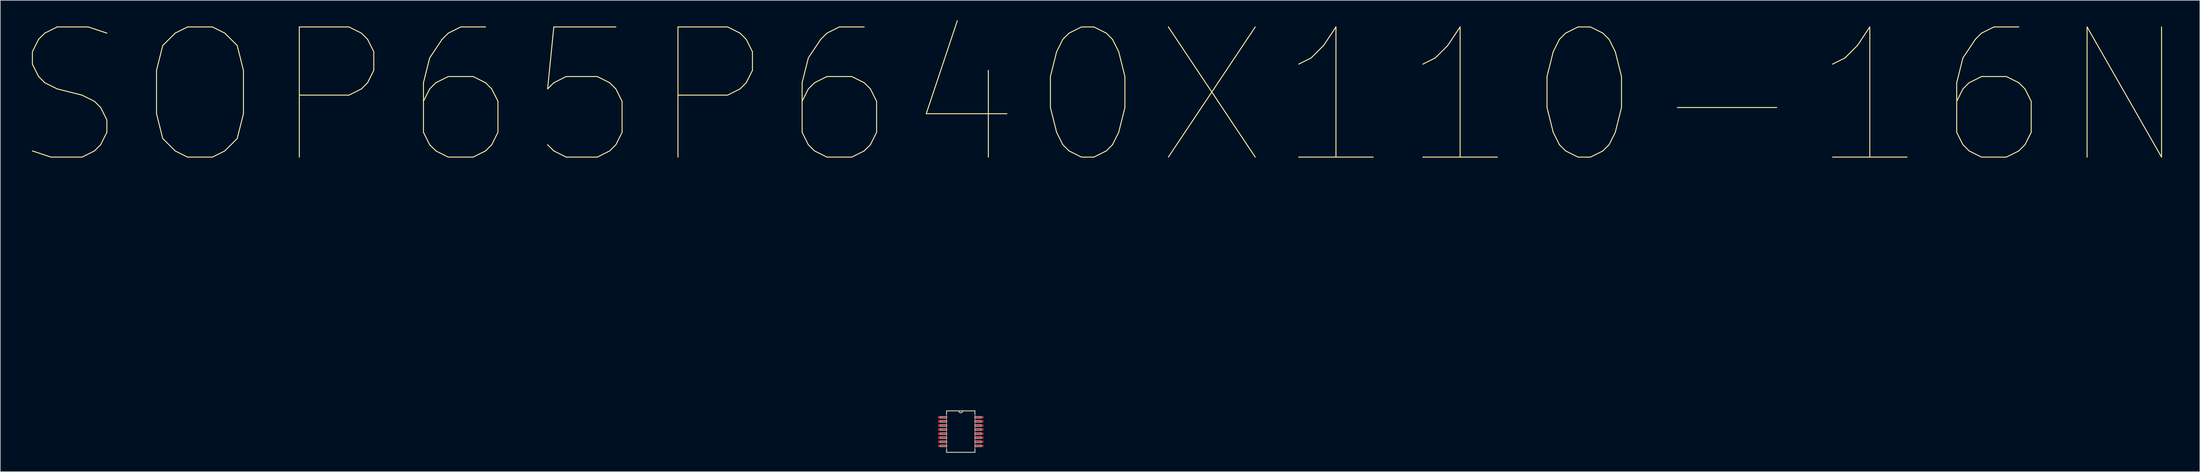
<source format=kicad_pcb>
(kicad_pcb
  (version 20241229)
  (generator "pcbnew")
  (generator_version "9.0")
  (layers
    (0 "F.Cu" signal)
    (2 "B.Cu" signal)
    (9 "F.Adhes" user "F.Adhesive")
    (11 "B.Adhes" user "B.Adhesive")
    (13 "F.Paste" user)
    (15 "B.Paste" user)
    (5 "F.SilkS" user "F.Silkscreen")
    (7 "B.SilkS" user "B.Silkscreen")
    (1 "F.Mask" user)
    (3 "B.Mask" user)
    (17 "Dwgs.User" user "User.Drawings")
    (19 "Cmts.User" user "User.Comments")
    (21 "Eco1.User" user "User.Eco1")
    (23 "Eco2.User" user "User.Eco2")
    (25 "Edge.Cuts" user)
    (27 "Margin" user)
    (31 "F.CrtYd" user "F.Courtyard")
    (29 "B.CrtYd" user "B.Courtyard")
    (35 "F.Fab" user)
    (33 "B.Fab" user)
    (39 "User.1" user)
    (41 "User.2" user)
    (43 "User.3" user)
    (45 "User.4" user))
  (footprint "SOP65P640X110-16N"
    (layer "F.Cu")
    (at 149.902 65.755)
    (property "Reference" "SOP65P640X110-16N" (at 22.18 -53.351 0) (layer "F.SilkS") (effects (font (size 20.753 20.753) (thickness 0.15))))
    (attr smd)
    (fp_line (start -2.261 -3.302) (end -2.261 -2.794) (stroke (width 0.152) (type solid)) (layer "F.SilkS"))
    (fp_line (start -2.261 2.794) (end -2.261 3.302) (stroke (width 0.152) (type solid)) (layer "F.SilkS"))
    (fp_line (start -2.261 3.302) (end 2.261 3.302) (stroke (width 0.152) (type solid)) (layer "F.SilkS"))
    (fp_line (start -0.305 -3.302) (end -2.261 -3.302) (stroke (width 0.152) (type solid)) (layer "F.SilkS"))
    (fp_line (start 0.305 -3.302) (end -0.305 -3.302) (stroke (width 0.152) (type solid)) (layer "F.SilkS"))
    (fp_line (start 2.261 -3.302) (end 0.305 -3.302) (stroke (width 0.152) (type solid)) (layer "F.SilkS"))
    (fp_line (start 2.261 -2.794) (end 2.261 -3.302) (stroke (width 0.152) (type solid)) (layer "F.SilkS"))
    (fp_line (start 2.261 3.302) (end 2.261 2.794) (stroke (width 0.152) (type solid)) (layer "F.SilkS"))
    (fp_arc (start 0.3048 -3.302) (mid 0 -2.9972) (end -0.3048 -3.302) (stroke (width 0.1524) (type solid)) (layer "F.SilkS"))
    (fp_line (start -3.251 -2.413) (end -3.251 -2.134) (stroke (width 0.1) (type solid)) (layer "F.Fab"))
    (fp_line (start -3.251 -2.134) (end -2.261 -2.134) (stroke (width 0.1) (type solid)) (layer "F.Fab"))
    (fp_line (start -3.251 -1.778) (end -3.251 -1.473) (stroke (width 0.1) (type solid)) (layer "F.Fab"))
    (fp_line (start -3.251 -1.473) (end -2.261 -1.473) (stroke (width 0.1) (type solid)) (layer "F.Fab"))
    (fp_line (start -3.251 -1.118) (end -3.251 -0.813) (stroke (width 0.1) (type solid)) (layer "F.Fab"))
    (fp_line (start -3.251 -0.813) (end -2.261 -0.813) (stroke (width 0.1) (type solid)) (layer "F.Fab"))
    (fp_line (start -3.251 -0.483) (end -3.251 -0.178) (stroke (width 0.1) (type solid)) (layer "F.Fab"))
    (fp_line (start -3.251 -0.178) (end -2.261 -0.178) (stroke (width 0.1) (type solid)) (layer "F.Fab"))
    (fp_line (start -3.251 0.178) (end -3.251 0.483) (stroke (width 0.1) (type solid)) (layer "F.Fab"))
    (fp_line (start -3.251 0.483) (end -2.261 0.483) (stroke (width 0.1) (type solid)) (layer "F.Fab"))
    (fp_line (start -3.251 0.813) (end -3.251 1.118) (stroke (width 0.1) (type solid)) (layer "F.Fab"))
    (fp_line (start -3.251 1.118) (end -2.261 1.118) (stroke (width 0.1) (type solid)) (layer "F.Fab"))
    (fp_line (start -3.251 1.473) (end -3.251 1.778) (stroke (width 0.1) (type solid)) (layer "F.Fab"))
    (fp_line (start -3.251 1.778) (end -2.261 1.778) (stroke (width 0.1) (type solid)) (layer "F.Fab"))
    (fp_line (start -3.251 2.134) (end -3.251 2.413) (stroke (width 0.1) (type solid)) (layer "F.Fab"))
    (fp_line (start -3.251 2.413) (end -2.261 2.413) (stroke (width 0.1) (type solid)) (layer "F.Fab"))
    (fp_line (start -2.261 -3.302) (end -2.261 3.302) (stroke (width 0.1) (type solid)) (layer "F.Fab"))
    (fp_line (start -2.261 -2.413) (end -3.251 -2.413) (stroke (width 0.1) (type solid)) (layer "F.Fab"))
    (fp_line (start -2.261 -2.134) (end -2.261 -2.413) (stroke (width 0.1) (type solid)) (layer "F.Fab"))
    (fp_line (start -2.261 -1.778) (end -3.251 -1.778) (stroke (width 0.1) (type solid)) (layer "F.Fab"))
    (fp_line (start -2.261 -1.473) (end -2.261 -1.778) (stroke (width 0.1) (type solid)) (layer "F.Fab"))
    (fp_line (start -2.261 -1.118) (end -3.251 -1.118) (stroke (width 0.1) (type solid)) (layer "F.Fab"))
    (fp_line (start -2.261 -0.813) (end -2.261 -1.118) (stroke (width 0.1) (type solid)) (layer "F.Fab"))
    (fp_line (start -2.261 -0.483) (end -3.251 -0.483) (stroke (width 0.1) (type solid)) (layer "F.Fab"))
    (fp_line (start -2.261 -0.178) (end -2.261 -0.483) (stroke (width 0.1) (type solid)) (layer "F.Fab"))
    (fp_line (start -2.261 0.178) (end -3.251 0.178) (stroke (width 0.1) (type solid)) (layer "F.Fab"))
    (fp_line (start -2.261 0.483) (end -2.261 0.178) (stroke (width 0.1) (type solid)) (layer "F.Fab"))
    (fp_line (start -2.261 0.813) (end -3.251 0.813) (stroke (width 0.1) (type solid)) (layer "F.Fab"))
    (fp_line (start -2.261 1.118) (end -2.261 0.813) (stroke (width 0.1) (type solid)) (layer "F.Fab"))
    (fp_line (start -2.261 1.473) (end -3.251 1.473) (stroke (width 0.1) (type solid)) (layer "F.Fab"))
    (fp_line (start -2.261 1.778) (end -2.261 1.473) (stroke (width 0.1) (type solid)) (layer "F.Fab"))
    (fp_line (start -2.261 2.134) (end -3.251 2.134) (stroke (width 0.1) (type solid)) (layer "F.Fab"))
    (fp_line (start -2.261 2.413) (end -2.261 2.134) (stroke (width 0.1) (type solid)) (layer "F.Fab"))
    (fp_line (start -2.261 3.302) (end 2.261 3.302) (stroke (width 0.1) (type solid)) (layer "F.Fab"))
    (fp_line (start -0.305 -3.302) (end -2.261 -3.302) (stroke (width 0.1) (type solid)) (layer "F.Fab"))
    (fp_line (start 0.305 -3.302) (end -0.305 -3.302) (stroke (width 0.1) (type solid)) (layer "F.Fab"))
    (fp_line (start 2.261 -3.302) (end 0.305 -3.302) (stroke (width 0.1) (type solid)) (layer "F.Fab"))
    (fp_line (start 2.261 -2.413) (end 2.261 -2.134) (stroke (width 0.1) (type solid)) (layer "F.Fab"))
    (fp_line (start 2.261 -2.134) (end 3.251 -2.134) (stroke (width 0.1) (type solid)) (layer "F.Fab"))
    (fp_line (start 2.261 -1.778) (end 2.261 -1.473) (stroke (width 0.1) (type solid)) (layer "F.Fab"))
    (fp_line (start 2.261 -1.473) (end 3.251 -1.473) (stroke (width 0.1) (type solid)) (layer "F.Fab"))
    (fp_line (start 2.261 -1.118) (end 2.261 -0.813) (stroke (width 0.1) (type solid)) (layer "F.Fab"))
    (fp_line (start 2.261 -0.813) (end 3.251 -0.813) (stroke (width 0.1) (type solid)) (layer "F.Fab"))
    (fp_line (start 2.261 -0.483) (end 2.261 -0.178) (stroke (width 0.1) (type solid)) (layer "F.Fab"))
    (fp_line (start 2.261 -0.178) (end 3.251 -0.178) (stroke (width 0.1) (type solid)) (layer "F.Fab"))
    (fp_line (start 2.261 0.178) (end 2.261 0.483) (stroke (width 0.1) (type solid)) (layer "F.Fab"))
    (fp_line (start 2.261 0.483) (end 3.251 0.483) (stroke (width 0.1) (type solid)) (layer "F.Fab"))
    (fp_line (start 2.261 0.813) (end 2.261 1.118) (stroke (width 0.1) (type solid)) (layer "F.Fab"))
    (fp_line (start 2.261 1.118) (end 3.251 1.118) (stroke (width 0.1) (type solid)) (layer "F.Fab"))
    (fp_line (start 2.261 1.473) (end 2.261 1.778) (stroke (width 0.1) (type solid)) (layer "F.Fab"))
    (fp_line (start 2.261 1.778) (end 3.251 1.778) (stroke (width 0.1) (type solid)) (layer "F.Fab"))
    (fp_line (start 2.261 2.134) (end 2.261 2.413) (stroke (width 0.1) (type solid)) (layer "F.Fab"))
    (fp_line (start 2.261 2.413) (end 3.251 2.413) (stroke (width 0.1) (type solid)) (layer "F.Fab"))
    (fp_line (start 2.261 3.302) (end 2.261 -3.302) (stroke (width 0.1) (type solid)) (layer "F.Fab"))
    (fp_line (start 3.251 -2.413) (end 2.261 -2.413) (stroke (width 0.1) (type solid)) (layer "F.Fab"))
    (fp_line (start 3.251 -2.134) (end 3.251 -2.413) (stroke (width 0.1) (type solid)) (layer "F.Fab"))
    (fp_line (start 3.251 -1.778) (end 2.261 -1.778) (stroke (width 0.1) (type solid)) (layer "F.Fab"))
    (fp_line (start 3.251 -1.473) (end 3.251 -1.778) (stroke (width 0.1) (type solid)) (layer "F.Fab"))
    (fp_line (start 3.251 -1.118) (end 2.261 -1.118) (stroke (width 0.1) (type solid)) (layer "F.Fab"))
    (fp_line (start 3.251 -0.813) (end 3.251 -1.118) (stroke (width 0.1) (type solid)) (layer "F.Fab"))
    (fp_line (start 3.251 -0.483) (end 2.261 -0.483) (stroke (width 0.1) (type solid)) (layer "F.Fab"))
    (fp_line (start 3.251 -0.178) (end 3.251 -0.483) (stroke (width 0.1) (type solid)) (layer "F.Fab"))
    (fp_line (start 3.251 0.178) (end 2.261 0.178) (stroke (width 0.1) (type solid)) (layer "F.Fab"))
    (fp_line (start 3.251 0.483) (end 3.251 0.178) (stroke (width 0.1) (type solid)) (layer "F.Fab"))
    (fp_line (start 3.251 0.813) (end 2.261 0.813) (stroke (width 0.1) (type solid)) (layer "F.Fab"))
    (fp_line (start 3.251 1.118) (end 3.251 0.813) (stroke (width 0.1) (type solid)) (layer "F.Fab"))
    (fp_line (start 3.251 1.473) (end 2.261 1.473) (stroke (width 0.1) (type solid)) (layer "F.Fab"))
    (fp_line (start 3.251 1.778) (end 3.251 1.473) (stroke (width 0.1) (type solid)) (layer "F.Fab"))
    (fp_line (start 3.251 2.134) (end 2.261 2.134) (stroke (width 0.1) (type solid)) (layer "F.Fab"))
    (fp_line (start 3.251 2.413) (end 3.251 2.134) (stroke (width 0.1) (type solid)) (layer "F.Fab"))
    (fp_arc (start 0.3048 -3.302) (mid 0 -2.9972) (end -0.3048 -3.302) (stroke (width 0.1) (type solid)) (layer "F.Fab"))
    (pad "1" smd rect (at -2.87 -2.286) (size 1.473 0.356) (layers "F.Cu" "F.Mask" "F.Paste"))
    (pad "2" smd rect (at -2.87 -1.626) (size 1.473 0.356) (layers "F.Cu" "F.Mask" "F.Paste"))
    (pad "3" smd rect (at -2.87 -0.965) (size 1.473 0.356) (layers "F.Cu" "F.Mask" "F.Paste"))
    (pad "4" smd rect (at -2.87 -0.33) (size 1.473 0.356) (layers "F.Cu" "F.Mask" "F.Paste"))
    (pad "5" smd rect (at -2.87 0.33) (size 1.473 0.356) (layers "F.Cu" "F.Mask" "F.Paste"))
    (pad "6" smd rect (at -2.87 0.965) (size 1.473 0.356) (layers "F.Cu" "F.Mask" "F.Paste"))
    (pad "7" smd rect (at -2.87 1.626) (size 1.473 0.356) (layers "F.Cu" "F.Mask" "F.Paste"))
    (pad "8" smd rect (at -2.87 2.286) (size 1.473 0.356) (layers "F.Cu" "F.Mask" "F.Paste"))
    (pad "9" smd rect (at 2.87 2.286) (size 1.473 0.356) (layers "F.Cu" "F.Mask" "F.Paste"))
    (pad "10" smd rect (at 2.87 1.626) (size 1.473 0.356) (layers "F.Cu" "F.Mask" "F.Paste"))
    (pad "11" smd rect (at 2.87 0.965) (size 1.473 0.356) (layers "F.Cu" "F.Mask" "F.Paste"))
    (pad "12" smd rect (at 2.87 0.33) (size 1.473 0.356) (layers "F.Cu" "F.Mask" "F.Paste"))
    (pad "13" smd rect (at 2.87 -0.33) (size 1.473 0.356) (layers "F.Cu" "F.Mask" "F.Paste"))
    (pad "14" smd rect (at 2.87 -0.965) (size 1.473 0.356) (layers "F.Cu" "F.Mask" "F.Paste"))
    (pad "15" smd rect (at 2.87 -1.626) (size 1.473 0.356) (layers "F.Cu" "F.Mask" "F.Paste"))
    (pad "16" smd rect (at 2.87 -2.286) (size 1.473 0.356) (layers "F.Cu" "F.Mask" "F.Paste")))
  (gr_rect
    (start -3 -3)
    (end 347.163 72.133)
    (stroke (width 0.1) (type default))
    (fill no)
    (layer "Edge.Cuts")))
</source>
